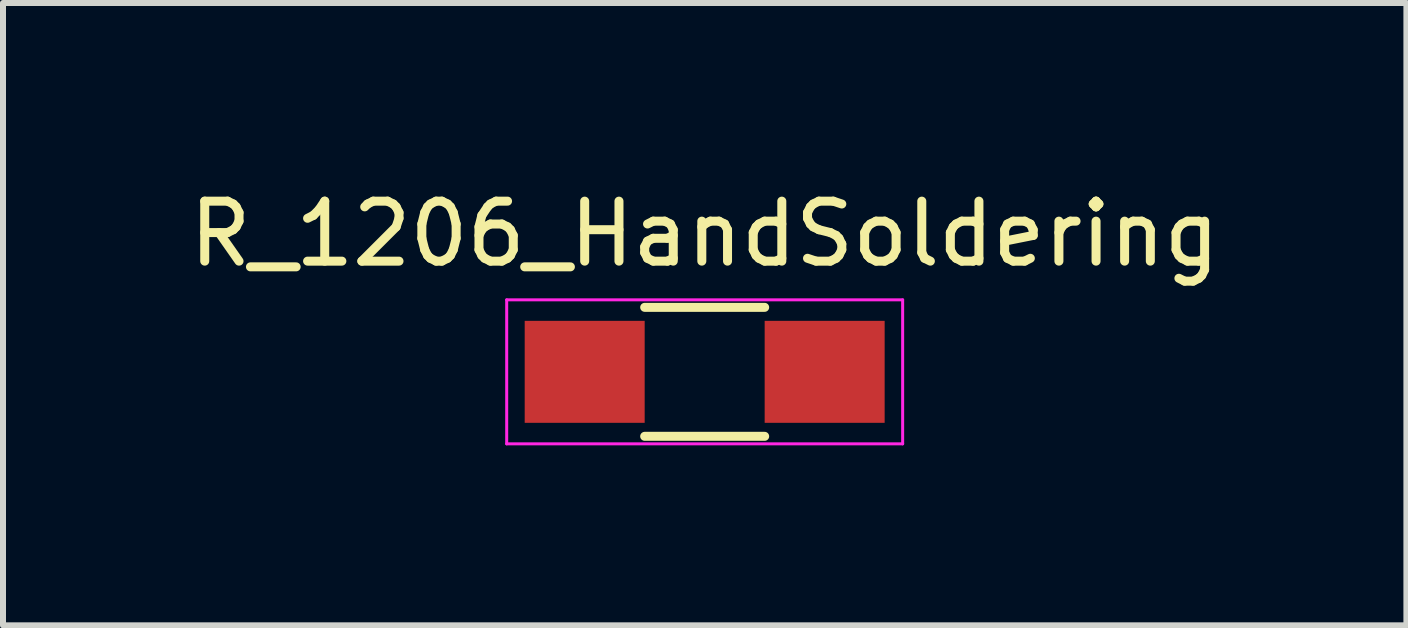
<source format=kicad_pcb>
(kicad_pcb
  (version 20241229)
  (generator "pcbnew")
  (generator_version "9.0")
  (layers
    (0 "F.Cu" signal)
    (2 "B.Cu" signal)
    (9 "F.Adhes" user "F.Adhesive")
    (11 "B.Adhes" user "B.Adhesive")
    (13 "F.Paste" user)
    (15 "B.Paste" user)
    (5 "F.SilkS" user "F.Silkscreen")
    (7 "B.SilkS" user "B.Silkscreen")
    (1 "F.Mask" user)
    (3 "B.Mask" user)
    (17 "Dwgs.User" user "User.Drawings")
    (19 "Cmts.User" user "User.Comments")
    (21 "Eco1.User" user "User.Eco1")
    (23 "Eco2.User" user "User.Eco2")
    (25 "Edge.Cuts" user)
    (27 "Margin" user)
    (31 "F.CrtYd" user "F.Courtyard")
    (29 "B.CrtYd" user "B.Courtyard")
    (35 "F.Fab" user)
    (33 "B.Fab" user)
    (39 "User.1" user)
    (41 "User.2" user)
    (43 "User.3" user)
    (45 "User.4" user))
  (footprint "R_1206_HandSoldering"
    (layer "F.Cu")
    (at 8.696 3.148)
    (property "Reference" "R_1206_HandSoldering" (at 0 -2.3 0) (layer "F.SilkS") (effects (font (size 1 1) (thickness 0.15))))
    (attr smd)
    (fp_line (start -1 -1.075) (end 1 -1.075) (stroke (width 0.15) (type solid)) (layer "F.SilkS"))
    (fp_line (start 1 1.075) (end -1 1.075) (stroke (width 0.15) (type solid)) (layer "F.SilkS"))
    (fp_line (start -3.3 -1.2) (end -3.3 1.2) (stroke (width 0.05) (type solid)) (layer "F.CrtYd"))
    (fp_line (start -3.3 -1.2) (end 3.3 -1.2) (stroke (width 0.05) (type solid)) (layer "F.CrtYd"))
    (fp_line (start -3.3 1.2) (end 3.3 1.2) (stroke (width 0.05) (type solid)) (layer "F.CrtYd"))
    (fp_line (start 3.3 -1.2) (end 3.3 1.2) (stroke (width 0.05) (type solid)) (layer "F.CrtYd"))
    (pad "1" smd rect (at -2 0) (size 2 1.7) (layers "F.Cu" "F.Mask" "F.Paste"))
    (pad "1" smd rect (at 2 0) (size 2 1.7) (layers "F.Cu" "F.Mask" "F.Paste")))
  (gr_rect
    (start -3 -3)
    (end 20.393 7.373)
    (stroke (width 0.1) (type default))
    (fill no)
    (layer "Edge.Cuts")))
</source>
